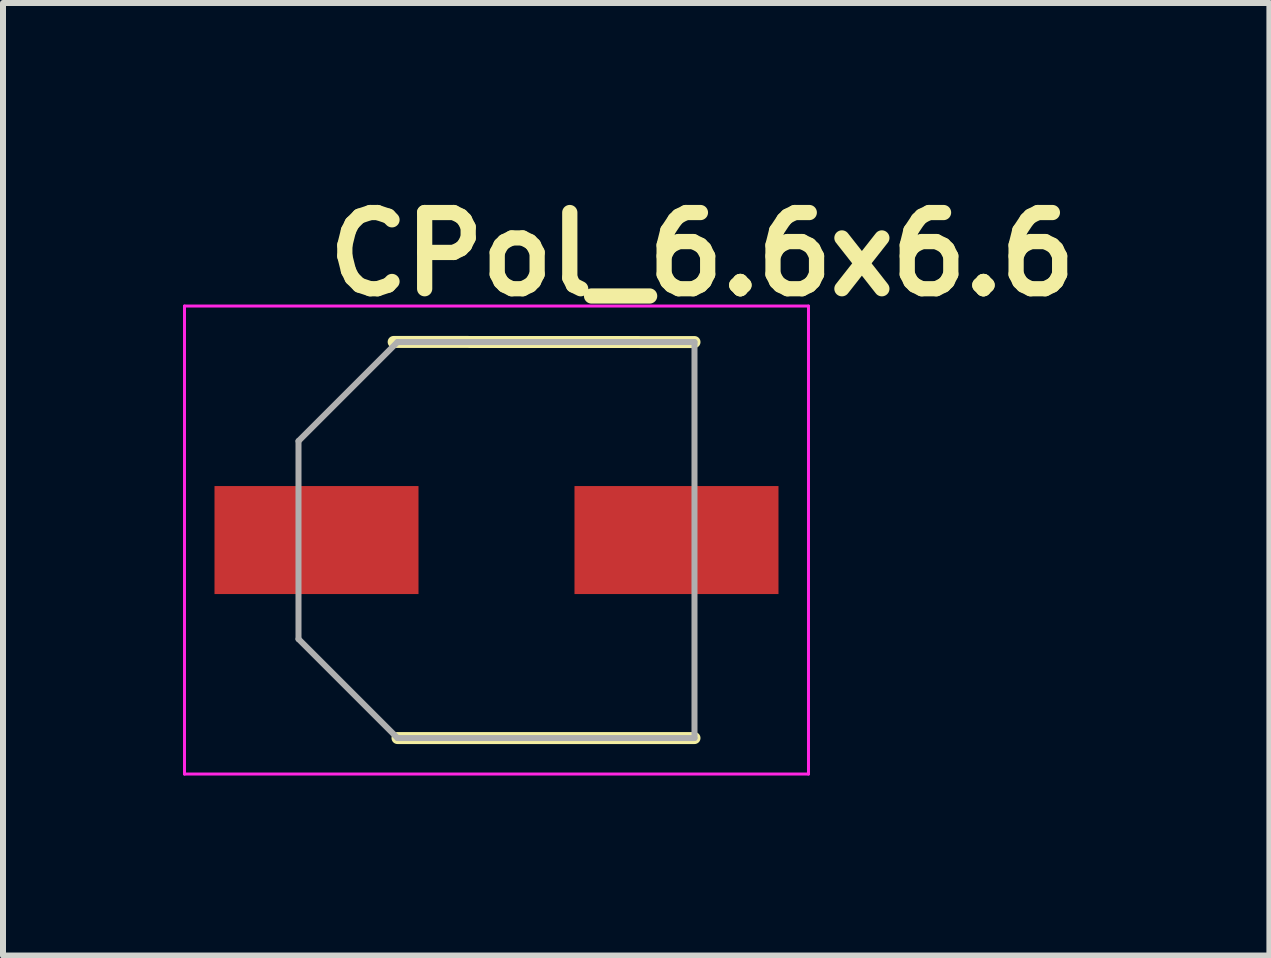
<source format=kicad_pcb>
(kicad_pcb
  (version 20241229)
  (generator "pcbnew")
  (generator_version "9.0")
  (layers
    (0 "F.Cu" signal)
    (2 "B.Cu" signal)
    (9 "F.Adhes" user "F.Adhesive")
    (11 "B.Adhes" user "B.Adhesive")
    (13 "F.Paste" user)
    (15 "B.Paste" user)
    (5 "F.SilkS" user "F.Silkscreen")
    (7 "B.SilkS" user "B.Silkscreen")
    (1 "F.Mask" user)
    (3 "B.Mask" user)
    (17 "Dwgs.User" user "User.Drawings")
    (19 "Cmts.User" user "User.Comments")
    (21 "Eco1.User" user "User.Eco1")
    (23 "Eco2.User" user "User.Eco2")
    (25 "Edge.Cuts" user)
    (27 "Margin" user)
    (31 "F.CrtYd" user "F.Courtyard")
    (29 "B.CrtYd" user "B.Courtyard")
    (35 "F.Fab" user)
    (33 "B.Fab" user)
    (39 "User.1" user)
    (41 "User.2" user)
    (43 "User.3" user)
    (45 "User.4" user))
  (footprint "CPol_6.6x6.6"
    (layer "F.Cu")
    (at 5.225 5.951)
    (property "Reference" "CPol_6.6x6.6" (at 3.429 -4.763 180) (layer "F.SilkS") (effects (font (size 1.27 1.27) (thickness 0.254))))
    (attr smd)
    (fp_line (start -1.714 -3.302) (end 3.3 -3.3) (stroke (width 0.2) (type solid)) (layer "F.SilkS"))
    (fp_line (start -1.65 3.3) (end 3.3 3.3) (stroke (width 0.2) (type solid)) (layer "F.SilkS"))
    (fp_line (start -5.2 -3.9) (end 5.2 -3.9) (stroke (width 0.05) (type solid)) (layer "F.CrtYd"))
    (fp_line (start -5.2 3.9) (end -5.2 -3.9) (stroke (width 0.05) (type solid)) (layer "F.CrtYd"))
    (fp_line (start 5.2 -3.9) (end 5.2 3.9) (stroke (width 0.05) (type solid)) (layer "F.CrtYd"))
    (fp_line (start 5.2 3.9) (end -5.2 3.9) (stroke (width 0.05) (type solid)) (layer "F.CrtYd"))
    (fp_line (start -3.3 -1.65) (end -3.3 1.65) (stroke (width 0.1) (type solid)) (layer "F.Fab"))
    (fp_line (start -3.3 1.65) (end -1.65 3.3) (stroke (width 0.1) (type solid)) (layer "F.Fab"))
    (fp_line (start -1.65 -3.3) (end -3.3 -1.65) (stroke (width 0.1) (type solid)) (layer "F.Fab"))
    (fp_line (start -1.65 3.3) (end 3.3 3.3) (stroke (width 0.1) (type solid)) (layer "F.Fab"))
    (fp_line (start 3.3 -3.3) (end -1.65 -3.3) (stroke (width 0.1) (type solid)) (layer "F.Fab"))
    (fp_line (start 3.3 3.3) (end 3.3 -3.3) (stroke (width 0.1) (type solid)) (layer "F.Fab"))
    (pad "1" smd rect (at -3 0 90) (size 1.8 3.4) (layers "F.Cu" "F.Mask" "F.Paste"))
    (pad "2" smd rect (at 3 0 90) (size 1.8 3.4) (layers "F.Cu" "F.Mask" "F.Paste")))
  (gr_rect
    (start -3 -3)
    (end 18.107 12.876)
    (stroke (width 0.1) (type default))
    (fill no)
    (layer "Edge.Cuts")))
</source>
